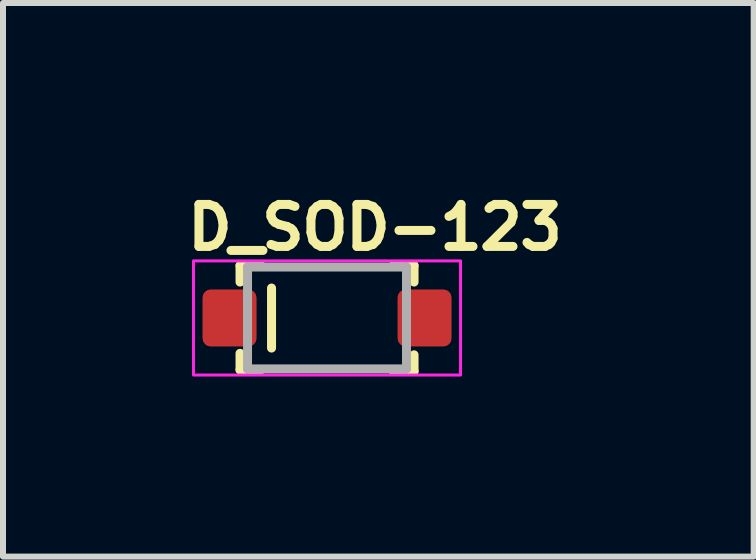
<source format=kicad_pcb>
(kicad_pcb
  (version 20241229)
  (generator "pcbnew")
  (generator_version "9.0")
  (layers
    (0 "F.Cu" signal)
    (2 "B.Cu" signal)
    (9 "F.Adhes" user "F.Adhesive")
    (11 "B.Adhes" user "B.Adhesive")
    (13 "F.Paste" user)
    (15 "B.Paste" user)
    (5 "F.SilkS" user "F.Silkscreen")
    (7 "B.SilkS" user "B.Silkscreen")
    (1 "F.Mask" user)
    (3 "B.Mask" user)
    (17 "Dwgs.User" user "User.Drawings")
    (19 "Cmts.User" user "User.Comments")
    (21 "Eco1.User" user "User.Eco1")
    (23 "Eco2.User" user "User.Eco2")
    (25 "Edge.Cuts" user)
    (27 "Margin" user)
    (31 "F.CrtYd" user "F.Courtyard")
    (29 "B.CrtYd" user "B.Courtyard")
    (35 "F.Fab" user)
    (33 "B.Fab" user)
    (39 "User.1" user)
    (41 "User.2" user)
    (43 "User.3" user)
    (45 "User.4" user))
  (footprint "D_SOD-123"
    (layer "F.Cu")
    (at 2.4 2.25)
    (property "Reference" "D_SOD-123" (at -2.4 -1.1 0) (layer "F.SilkS") (effects (font (size 0.7 0.7) (thickness 0.15)) (justify left bottom)))
    (attr smd)
    (fp_line (start -1.45 -0.6) (end -1.45 -0.875) (stroke (width 0.15) (type solid)) (layer "F.SilkS"))
    (fp_line (start -1.45 0.863) (end -1.45 0.588) (stroke (width 0.15) (type solid)) (layer "F.SilkS"))
    (fp_line (start -1.1 -0.875) (end -1.45 -0.875) (stroke (width 0.15) (type solid)) (layer "F.SilkS"))
    (fp_line (start -1.1 0.863) (end -1.45 0.863) (stroke (width 0.15) (type solid)) (layer "F.SilkS"))
    (fp_line (start -0.925 -0.5) (end -0.925 0.5) (stroke (width 0.15) (type solid)) (layer "F.SilkS"))
    (fp_line (start 1.1 -0.875) (end 1.45 -0.875) (stroke (width 0.15) (type solid)) (layer "F.SilkS"))
    (fp_line (start 1.1 0.887) (end 1.45 0.887) (stroke (width 0.15) (type solid)) (layer "F.SilkS"))
    (fp_line (start 1.45 -0.875) (end 1.45 -0.6) (stroke (width 0.15) (type solid)) (layer "F.SilkS"))
    (fp_line (start 1.45 0.613) (end 1.45 0.887) (stroke (width 0.15) (type solid)) (layer "F.SilkS"))
    (fp_rect (start -2.226 -0.952) (end 2.225 0.95) (stroke (width 0.05) (type solid)) (fill no) (layer "F.CrtYd"))
    (fp_line (start -1.325 -0.85) (end -1.325 0.848) (stroke (width 0.15) (type solid)) (layer "F.Fab"))
    (fp_line (start -1.325 -0.85) (end 1.324 -0.85) (stroke (width 0.15) (type solid)) (layer "F.Fab"))
    (fp_line (start -1.325 0.848) (end 1.324 0.848) (stroke (width 0.15) (type solid)) (layer "F.Fab"))
    (fp_line (start 1.324 -0.85) (end 1.324 0.848) (stroke (width 0.15) (type solid)) (layer "F.Fab"))
    (fp_rect (start -1.851 -0.802) (end 1.85 0.8) (stroke (width 0.1) (type solid)) (fill no) (layer "User.5"))
    (fp_line (start -1.851 -0.3) (end -1.851 0.298) (stroke (width 0.02) (type solid)) (layer "User.9"))
    (fp_line (start -1.851 -0.3) (end -1.551 -0.3) (stroke (width 0.02) (type solid)) (layer "User.9"))
    (fp_line (start -1.851 0.298) (end -1.551 0.298) (stroke (width 0.02) (type solid)) (layer "User.9"))
    (fp_line (start -1.551 -0.3) (end -1.551 0.298) (stroke (width 0.02) (type solid)) (layer "User.9"))
    (fp_line (start -1.551 -0.3) (end -1.375 -0.3) (stroke (width 0.02) (type solid)) (layer "User.9"))
    (fp_line (start -1.551 0.298) (end -1.375 0.298) (stroke (width 0.02) (type solid)) (layer "User.9"))
    (fp_line (start -1.375 -0.802) (end -1.337 -0.761) (stroke (width 0.02) (type solid)) (layer "User.9"))
    (fp_line (start -1.375 -0.802) (end 1.374 -0.802) (stroke (width 0.02) (type solid)) (layer "User.9"))
    (fp_line (start -1.375 0.8) (end -1.375 -0.802) (stroke (width 0.02) (type solid)) (layer "User.9"))
    (fp_line (start -1.337 -0.761) (end -1.337 0.759) (stroke (width 0.02) (type solid)) (layer "User.9"))
    (fp_line (start -1.337 0.759) (end -1.375 0.8) (stroke (width 0.02) (type solid)) (layer "User.9"))
    (fp_line (start -1.337 0.759) (end -0.537 0.759) (stroke (width 0.02) (type solid)) (layer "User.9"))
    (fp_line (start -0.537 -0.761) (end -1.337 -0.761) (stroke (width 0.02) (type solid)) (layer "User.9"))
    (fp_line (start -0.537 0.759) (end -0.537 -0.761) (stroke (width 0.02) (type solid)) (layer "User.9"))
    (fp_line (start -0.537 0.759) (end 1.334 0.759) (stroke (width 0.02) (type solid)) (layer "User.9"))
    (fp_line (start 1.334 -0.761) (end -0.537 -0.761) (stroke (width 0.02) (type solid)) (layer "User.9"))
    (fp_line (start 1.334 0.759) (end 1.334 -0.761) (stroke (width 0.02) (type solid)) (layer "User.9"))
    (fp_line (start 1.334 0.759) (end 1.374 0.8) (stroke (width 0.02) (type solid)) (layer "User.9"))
    (fp_line (start 1.374 -0.802) (end 1.334 -0.761) (stroke (width 0.02) (type solid)) (layer "User.9"))
    (fp_line (start 1.374 -0.802) (end 1.374 0.8) (stroke (width 0.02) (type solid)) (layer "User.9"))
    (fp_line (start 1.374 -0.3) (end 1.55 -0.3) (stroke (width 0.02) (type solid)) (layer "User.9"))
    (fp_line (start 1.374 0.298) (end 1.55 0.298) (stroke (width 0.02) (type solid)) (layer "User.9"))
    (fp_line (start 1.374 0.8) (end -1.375 0.8) (stroke (width 0.02) (type solid)) (layer "User.9"))
    (fp_line (start 1.55 -0.3) (end 1.55 0.298) (stroke (width 0.02) (type solid)) (layer "User.9"))
    (fp_line (start 1.55 -0.3) (end 1.85 -0.3) (stroke (width 0.02) (type solid)) (layer "User.9"))
    (fp_line (start 1.55 0.298) (end 1.85 0.298) (stroke (width 0.02) (type solid)) (layer "User.9"))
    (fp_line (start 1.85 -0.3) (end 1.85 0.298) (stroke (width 0.02) (type solid)) (layer "User.9"))
    (pad "A" smd roundrect (at 1.625 -0.001) (size 0.9 0.95) (layers "F.Cu" "F.Mask" "F.Paste") (roundrect_rratio 0.15))
    (pad "K" smd roundrect (at -1.625 -0.001) (size 0.9 0.95) (layers "F.Cu" "F.Mask" "F.Paste") (roundrect_rratio 0.15)))
  (gr_rect
    (start -3 -3)
    (end 9.51 6.225)
    (stroke (width 0.1) (type default))
    (fill no)
    (layer "Edge.Cuts")))
</source>
